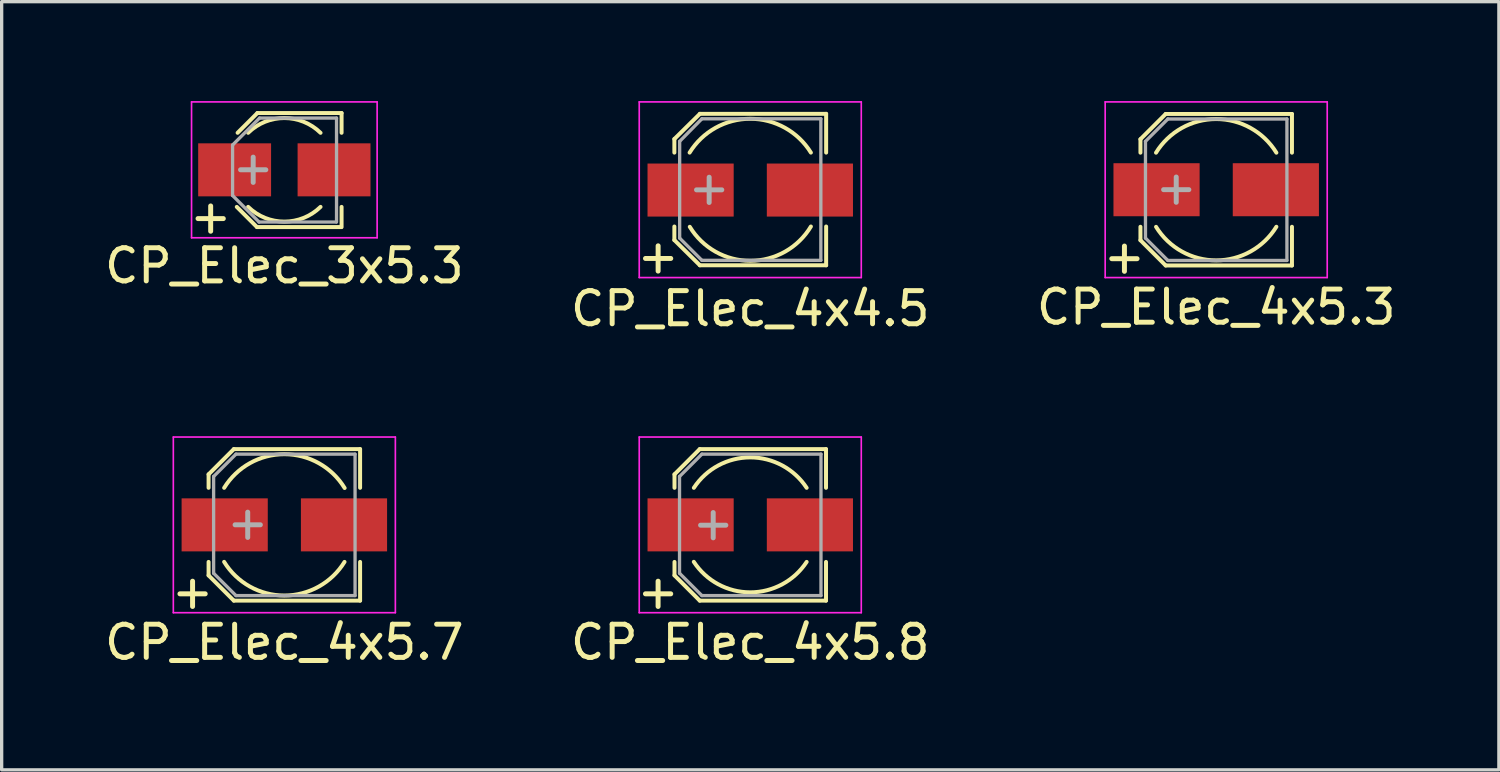
<source format=kicad_pcb>
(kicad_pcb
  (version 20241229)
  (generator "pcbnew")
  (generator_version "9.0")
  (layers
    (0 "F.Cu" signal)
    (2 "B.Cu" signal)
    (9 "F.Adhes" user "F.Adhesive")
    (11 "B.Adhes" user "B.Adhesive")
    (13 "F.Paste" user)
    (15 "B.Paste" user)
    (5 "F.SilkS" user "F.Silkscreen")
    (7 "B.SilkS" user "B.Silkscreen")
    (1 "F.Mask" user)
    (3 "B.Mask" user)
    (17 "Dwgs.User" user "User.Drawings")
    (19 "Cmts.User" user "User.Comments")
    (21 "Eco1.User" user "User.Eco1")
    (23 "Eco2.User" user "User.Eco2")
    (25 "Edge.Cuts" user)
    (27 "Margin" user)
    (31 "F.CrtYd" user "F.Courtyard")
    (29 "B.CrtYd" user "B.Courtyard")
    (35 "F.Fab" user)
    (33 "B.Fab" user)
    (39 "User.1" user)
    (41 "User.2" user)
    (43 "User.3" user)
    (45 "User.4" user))
  (footprint "CP_Elec_4x5.8"
    (layer "F.Cu")
    (at 19.589 12.788)
    (property "Reference" "CP_Elec_4x5.8" (at 0 3.543 0) (layer "F.SilkS") (effects (font (size 1 1) (thickness 0.15))))
    (attr smd)
    (fp_line (start -2.286 -1.524) (end -2.286 -1.118) (stroke (width 0.12) (type solid)) (layer "F.SilkS"))
    (fp_line (start -2.286 1.524) (end -2.286 1.118) (stroke (width 0.12) (type solid)) (layer "F.SilkS"))
    (fp_line (start -1.524 -2.286) (end -2.286 -1.524) (stroke (width 0.12) (type solid)) (layer "F.SilkS"))
    (fp_line (start -1.524 -2.286) (end 2.286 -2.286) (stroke (width 0.12) (type solid)) (layer "F.SilkS"))
    (fp_line (start -1.524 2.286) (end -2.286 1.524) (stroke (width 0.12) (type solid)) (layer "F.SilkS"))
    (fp_line (start -1.524 2.286) (end 2.286 2.286) (stroke (width 0.12) (type solid)) (layer "F.SilkS"))
    (fp_line (start 2.286 -2.286) (end 2.286 -1.118) (stroke (width 0.12) (type solid)) (layer "F.SilkS"))
    (fp_line (start 2.286 2.286) (end 2.286 1.118) (stroke (width 0.12) (type solid)) (layer "F.SilkS"))
    (fp_arc (start -1.7018 -1.1176) (mid 0 -2.035965) (end 1.7018 -1.1176) (stroke (width 0.12) (type solid)) (layer "F.SilkS"))
    (fp_arc (start 1.7018 1.1176) (mid -0.001641 2.035964) (end -1.703599 1.114855) (stroke (width 0.12) (type solid)) (layer "F.SilkS"))
    (fp_line (start -3.35 -2.65) (end -3.35 2.65) (stroke (width 0.05) (type solid)) (layer "F.CrtYd"))
    (fp_line (start -3.35 2.65) (end 3.35 2.65) (stroke (width 0.05) (type solid)) (layer "F.CrtYd"))
    (fp_line (start 3.35 -2.65) (end -3.35 -2.65) (stroke (width 0.05) (type solid)) (layer "F.CrtYd"))
    (fp_line (start 3.35 2.65) (end 3.35 -2.65) (stroke (width 0.05) (type solid)) (layer "F.CrtYd"))
    (fp_line (start -2.134 -1.46) (end -2.134 1.46) (stroke (width 0.1) (type solid)) (layer "F.Fab"))
    (fp_line (start -2.134 1.46) (end -1.46 2.134) (stroke (width 0.1) (type solid)) (layer "F.Fab"))
    (fp_line (start -1.46 -2.134) (end -2.134 -1.46) (stroke (width 0.1) (type solid)) (layer "F.Fab"))
    (fp_line (start -1.46 2.134) (end 2.134 2.134) (stroke (width 0.1) (type solid)) (layer "F.Fab"))
    (fp_line (start 2.134 -2.134) (end -1.46 -2.134) (stroke (width 0.1) (type solid)) (layer "F.Fab"))
    (fp_line (start 2.134 2.134) (end 2.134 -2.134) (stroke (width 0.1) (type solid)) (layer "F.Fab"))
    (fp_text user "+" (at -2.781 2.007 0) (layer "F.SilkS") (effects (font (size 1 1) (thickness 0.15))))
    (fp_text user "+" (at -1.118 -0.064 0) (layer "F.Fab") (effects (font (size 1 1) (thickness 0.15))))
    (pad "1" smd rect (at -1.8 0 180) (size 2.6 1.6) (layers "F.Cu" "F.Mask" "F.Paste"))
    (pad "2" smd rect (at 1.8 0 180) (size 2.6 1.6) (layers "F.Cu" "F.Mask" "F.Paste")))
  (footprint "CP_Elec_4x5.7"
    (layer "F.Cu")
    (at 5.53 12.788)
    (property "Reference" "CP_Elec_4x5.7" (at 0 3.543 0) (layer "F.SilkS") (effects (font (size 1 1) (thickness 0.15))))
    (attr smd)
    (fp_line (start -2.286 -1.524) (end -2.286 -1.118) (stroke (width 0.12) (type solid)) (layer "F.SilkS"))
    (fp_line (start -2.286 1.524) (end -2.286 1.118) (stroke (width 0.12) (type solid)) (layer "F.SilkS"))
    (fp_line (start -1.524 -2.286) (end -2.286 -1.524) (stroke (width 0.12) (type solid)) (layer "F.SilkS"))
    (fp_line (start -1.524 -2.286) (end 2.286 -2.286) (stroke (width 0.12) (type solid)) (layer "F.SilkS"))
    (fp_line (start -1.524 2.286) (end -2.286 1.524) (stroke (width 0.12) (type solid)) (layer "F.SilkS"))
    (fp_line (start -1.524 2.286) (end 2.286 2.286) (stroke (width 0.12) (type solid)) (layer "F.SilkS"))
    (fp_line (start 2.286 -2.286) (end 2.286 -1.118) (stroke (width 0.12) (type solid)) (layer "F.SilkS"))
    (fp_line (start 2.286 2.286) (end 2.286 1.118) (stroke (width 0.12) (type solid)) (layer "F.SilkS"))
    (fp_arc (start -1.8161 -1.1176) (mid 0.003311 -2.132425) (end 1.819562 -1.111955) (stroke (width 0.12) (type solid)) (layer "F.SilkS"))
    (fp_arc (start 1.8161 1.1176) (mid -0.000851 2.132428) (end -1.816991 1.116151) (stroke (width 0.12) (type solid)) (layer "F.SilkS"))
    (fp_line (start -3.35 -2.65) (end -3.35 2.65) (stroke (width 0.05) (type solid)) (layer "F.CrtYd"))
    (fp_line (start -3.35 2.65) (end 3.35 2.65) (stroke (width 0.05) (type solid)) (layer "F.CrtYd"))
    (fp_line (start 3.35 -2.65) (end -3.35 -2.65) (stroke (width 0.05) (type solid)) (layer "F.CrtYd"))
    (fp_line (start 3.35 2.65) (end 3.35 -2.65) (stroke (width 0.05) (type solid)) (layer "F.CrtYd"))
    (fp_line (start -2.134 -1.46) (end -2.134 1.46) (stroke (width 0.1) (type solid)) (layer "F.Fab"))
    (fp_line (start -2.134 1.46) (end -1.46 2.134) (stroke (width 0.1) (type solid)) (layer "F.Fab"))
    (fp_line (start -1.46 -2.134) (end -2.134 -1.46) (stroke (width 0.1) (type solid)) (layer "F.Fab"))
    (fp_line (start -1.46 2.134) (end 2.134 2.134) (stroke (width 0.1) (type solid)) (layer "F.Fab"))
    (fp_line (start 2.134 -2.134) (end -1.46 -2.134) (stroke (width 0.1) (type solid)) (layer "F.Fab"))
    (fp_line (start 2.134 2.134) (end 2.134 -2.134) (stroke (width 0.1) (type solid)) (layer "F.Fab"))
    (fp_text user "+" (at -2.769 2.007 0) (layer "F.SilkS") (effects (font (size 1 1) (thickness 0.15))))
    (fp_text user "+" (at -1.105 -0.076 0) (layer "F.Fab") (effects (font (size 1 1) (thickness 0.15))))
    (pad "1" smd rect (at -1.8 0 180) (size 2.6 1.6) (layers "F.Cu" "F.Mask" "F.Paste"))
    (pad "2" smd rect (at 1.8 0 180) (size 2.6 1.6) (layers "F.Cu" "F.Mask" "F.Paste")))
  (footprint "CP_Elec_4x4.5"
    (layer "F.Cu")
    (at 19.589 2.685)
    (property "Reference" "CP_Elec_4x4.5" (at 0 3.58 180) (layer "F.SilkS") (effects (font (size 1 1) (thickness 0.15))))
    (attr smd)
    (fp_line (start -2.29 -1.54) (end -2.29 -1.13) (stroke (width 0.12) (type solid)) (layer "F.SilkS"))
    (fp_line (start -2.29 1.51) (end -2.29 1.1) (stroke (width 0.12) (type solid)) (layer "F.SilkS"))
    (fp_line (start -1.52 -2.3) (end -2.29 -1.54) (stroke (width 0.12) (type solid)) (layer "F.SilkS"))
    (fp_line (start -1.52 -2.3) (end 2.29 -2.3) (stroke (width 0.12) (type solid)) (layer "F.SilkS"))
    (fp_line (start -1.52 2.27) (end -2.29 1.51) (stroke (width 0.12) (type solid)) (layer "F.SilkS"))
    (fp_line (start -1.52 2.27) (end 2.29 2.27) (stroke (width 0.12) (type solid)) (layer "F.SilkS"))
    (fp_line (start 2.29 -2.3) (end 2.29 -1.13) (stroke (width 0.12) (type solid)) (layer "F.SilkS"))
    (fp_line (start 2.29 2.27) (end 2.29 1.1) (stroke (width 0.12) (type solid)) (layer "F.SilkS"))
    (fp_arc (start -1.83 -1.13) (mid -0.000196 -2.150767) (end 1.829793 -1.130334) (stroke (width 0.12) (type solid)) (layer "F.SilkS"))
    (fp_arc (start 1.83 1.1) (mid 0.005225 2.135152) (end -1.824594 1.108944) (stroke (width 0.12) (type solid)) (layer "F.SilkS"))
    (fp_line (start -3.35 -2.66) (end -3.35 2.64) (stroke (width 0.05) (type solid)) (layer "F.CrtYd"))
    (fp_line (start -3.35 2.64) (end 3.35 2.64) (stroke (width 0.05) (type solid)) (layer "F.CrtYd"))
    (fp_line (start 3.35 -2.66) (end -3.35 -2.66) (stroke (width 0.05) (type solid)) (layer "F.CrtYd"))
    (fp_line (start 3.35 2.64) (end 3.35 -2.66) (stroke (width 0.05) (type solid)) (layer "F.CrtYd"))
    (fp_line (start -2.13 -1.47) (end -2.13 1.45) (stroke (width 0.1) (type solid)) (layer "F.Fab"))
    (fp_line (start -2.13 1.45) (end -1.46 2.12) (stroke (width 0.1) (type solid)) (layer "F.Fab"))
    (fp_line (start -1.46 -2.15) (end -2.13 -1.47) (stroke (width 0.1) (type solid)) (layer "F.Fab"))
    (fp_line (start -1.46 2.12) (end 2.13 2.12) (stroke (width 0.1) (type solid)) (layer "F.Fab"))
    (fp_line (start 2.13 -2.15) (end -1.46 -2.15) (stroke (width 0.1) (type solid)) (layer "F.Fab"))
    (fp_line (start 2.13 2.12) (end 2.13 -2.15) (stroke (width 0.1) (type solid)) (layer "F.Fab"))
    (fp_text user "+" (at -2.78 1.99 180) (layer "F.SilkS") (effects (font (size 1 1) (thickness 0.15))))
    (fp_text user "+" (at -1.24 -0.08 0) (layer "F.Fab") (effects (font (size 1 1) (thickness 0.15))))
    (pad "1" smd rect (at -1.8 0 180) (size 2.6 1.6) (layers "F.Cu" "F.Mask" "F.Paste"))
    (pad "2" smd rect (at 1.8 0 180) (size 2.6 1.6) (layers "F.Cu" "F.Mask" "F.Paste")))
  (footprint "CP_Elec_4x5.3"
    (layer "F.Cu")
    (at 33.649 2.675)
    (property "Reference" "CP_Elec_4x5.3" (at 0 3.543 0) (layer "F.SilkS") (effects (font (size 1 1) (thickness 0.15))))
    (attr smd)
    (fp_line (start -2.286 -1.524) (end -2.286 -1.118) (stroke (width 0.12) (type solid)) (layer "F.SilkS"))
    (fp_line (start -2.286 1.524) (end -2.286 1.118) (stroke (width 0.12) (type solid)) (layer "F.SilkS"))
    (fp_line (start -1.524 -2.286) (end -2.286 -1.524) (stroke (width 0.12) (type solid)) (layer "F.SilkS"))
    (fp_line (start -1.524 -2.286) (end 2.286 -2.286) (stroke (width 0.12) (type solid)) (layer "F.SilkS"))
    (fp_line (start -1.524 2.286) (end -2.286 1.524) (stroke (width 0.12) (type solid)) (layer "F.SilkS"))
    (fp_line (start -1.524 2.286) (end 2.286 2.286) (stroke (width 0.12) (type solid)) (layer "F.SilkS"))
    (fp_line (start 2.286 -2.286) (end 2.286 -1.118) (stroke (width 0.12) (type solid)) (layer "F.SilkS"))
    (fp_line (start 2.286 2.286) (end 2.286 1.118) (stroke (width 0.12) (type solid)) (layer "F.SilkS"))
    (fp_arc (start -1.8161 -1.1176) (mid 0 -2.132428) (end 1.8161 -1.1176) (stroke (width 0.12) (type solid)) (layer "F.SilkS"))
    (fp_arc (start 1.8161 1.1176) (mid 0.001265 2.132428) (end -1.814773 1.119754) (stroke (width 0.12) (type solid)) (layer "F.SilkS"))
    (fp_line (start -3.35 -2.65) (end -3.35 2.65) (stroke (width 0.05) (type solid)) (layer "F.CrtYd"))
    (fp_line (start -3.35 2.65) (end 3.35 2.65) (stroke (width 0.05) (type solid)) (layer "F.CrtYd"))
    (fp_line (start 3.35 -2.65) (end -3.35 -2.65) (stroke (width 0.05) (type solid)) (layer "F.CrtYd"))
    (fp_line (start 3.35 2.65) (end 3.35 -2.65) (stroke (width 0.05) (type solid)) (layer "F.CrtYd"))
    (fp_line (start -2.134 -1.46) (end -2.134 1.46) (stroke (width 0.1) (type solid)) (layer "F.Fab"))
    (fp_line (start -2.134 1.46) (end -1.46 2.134) (stroke (width 0.1) (type solid)) (layer "F.Fab"))
    (fp_line (start -1.46 -2.134) (end -2.134 -1.46) (stroke (width 0.1) (type solid)) (layer "F.Fab"))
    (fp_line (start -1.46 2.134) (end 2.134 2.134) (stroke (width 0.1) (type solid)) (layer "F.Fab"))
    (fp_line (start 2.134 -2.134) (end -1.46 -2.134) (stroke (width 0.1) (type solid)) (layer "F.Fab"))
    (fp_line (start 2.134 2.134) (end 2.134 -2.134) (stroke (width 0.1) (type solid)) (layer "F.Fab"))
    (fp_text user "+" (at -2.769 2.007 0) (layer "F.SilkS") (effects (font (size 1 1) (thickness 0.15))))
    (fp_text user "+" (at -1.206 -0.076 0) (layer "F.Fab") (effects (font (size 1 1) (thickness 0.15))))
    (pad "1" smd rect (at -1.8 0 180) (size 2.6 1.6) (layers "F.Cu" "F.Mask" "F.Paste"))
    (pad "2" smd rect (at 1.8 0 180) (size 2.6 1.6) (layers "F.Cu" "F.Mask" "F.Paste")))
  (footprint "CP_Elec_3x5.3"
    (layer "F.Cu")
    (at 5.53 2.075)
    (property "Reference" "CP_Elec_3x5.3" (at 0 2.896 0) (layer "F.SilkS") (effects (font (size 1 1) (thickness 0.15))))
    (attr smd)
    (fp_line (start -0.826 1.727) (end -1.435 1.118) (stroke (width 0.12) (type solid)) (layer "F.SilkS"))
    (fp_line (start -0.826 1.727) (end 1.714 1.727) (stroke (width 0.12) (type solid)) (layer "F.SilkS"))
    (fp_line (start -0.813 -1.714) (end -1.41 -1.118) (stroke (width 0.12) (type solid)) (layer "F.SilkS"))
    (fp_line (start 1.727 -1.714) (end -0.813 -1.714) (stroke (width 0.12) (type solid)) (layer "F.SilkS"))
    (fp_line (start 1.727 -1.714) (end 1.727 -1.118) (stroke (width 0.12) (type solid)) (layer "F.SilkS"))
    (fp_line (start 1.727 1.727) (end 1.727 1.118) (stroke (width 0.12) (type solid)) (layer "F.SilkS"))
    (fp_arc (start -1.0922 -1.1176) (mid 0.000233 -1.562668) (end 1.092533 -1.117274) (stroke (width 0.12) (type solid)) (layer "F.SilkS"))
    (fp_arc (start 1.0922 1.1176) (mid -0.000233 1.562668) (end -1.092533 1.117274) (stroke (width 0.12) (type solid)) (layer "F.SilkS"))
    (fp_line (start -2.8 -2.05) (end -2.8 2.05) (stroke (width 0.05) (type solid)) (layer "F.CrtYd"))
    (fp_line (start -2.8 2.05) (end 2.8 2.05) (stroke (width 0.05) (type solid)) (layer "F.CrtYd"))
    (fp_line (start 2.8 -2.05) (end -2.8 -2.05) (stroke (width 0.05) (type solid)) (layer "F.CrtYd"))
    (fp_line (start 2.8 2.05) (end 2.8 -2.05) (stroke (width 0.05) (type solid)) (layer "F.CrtYd"))
    (fp_line (start -1.562 -0.749) (end -1.562 0.775) (stroke (width 0.1) (type solid)) (layer "F.Fab"))
    (fp_line (start -0.762 1.575) (end -1.562 0.775) (stroke (width 0.1) (type solid)) (layer "F.Fab"))
    (fp_line (start -0.749 -1.562) (end -1.562 -0.749) (stroke (width 0.1) (type solid)) (layer "F.Fab"))
    (fp_line (start 1.562 1.575) (end -0.762 1.575) (stroke (width 0.1) (type solid)) (layer "F.Fab"))
    (fp_line (start 1.575 -1.562) (end -0.749 -1.562) (stroke (width 0.1) (type solid)) (layer "F.Fab"))
    (fp_line (start 1.575 1.575) (end 1.575 -1.562) (stroke (width 0.1) (type solid)) (layer "F.Fab"))
    (fp_text user "+" (at -2.223 1.397 0) (layer "F.SilkS") (effects (font (size 1 1) (thickness 0.15))))
    (fp_text user "+" (at -0.94 -0.076 0) (layer "F.Fab") (effects (font (size 1 1) (thickness 0.15))))
    (pad "1" smd rect (at -1.5 0) (size 2.2 1.6) (layers "F.Cu" "F.Mask" "F.Paste"))
    (pad "2" smd rect (at 1.5 0) (size 2.2 1.6) (layers "F.Cu" "F.Mask" "F.Paste")))
  (gr_rect
    (start -3 -3)
    (end 42.179 20.18)
    (stroke (width 0.1) (type default))
    (fill no)
    (layer "Edge.Cuts")))
</source>
